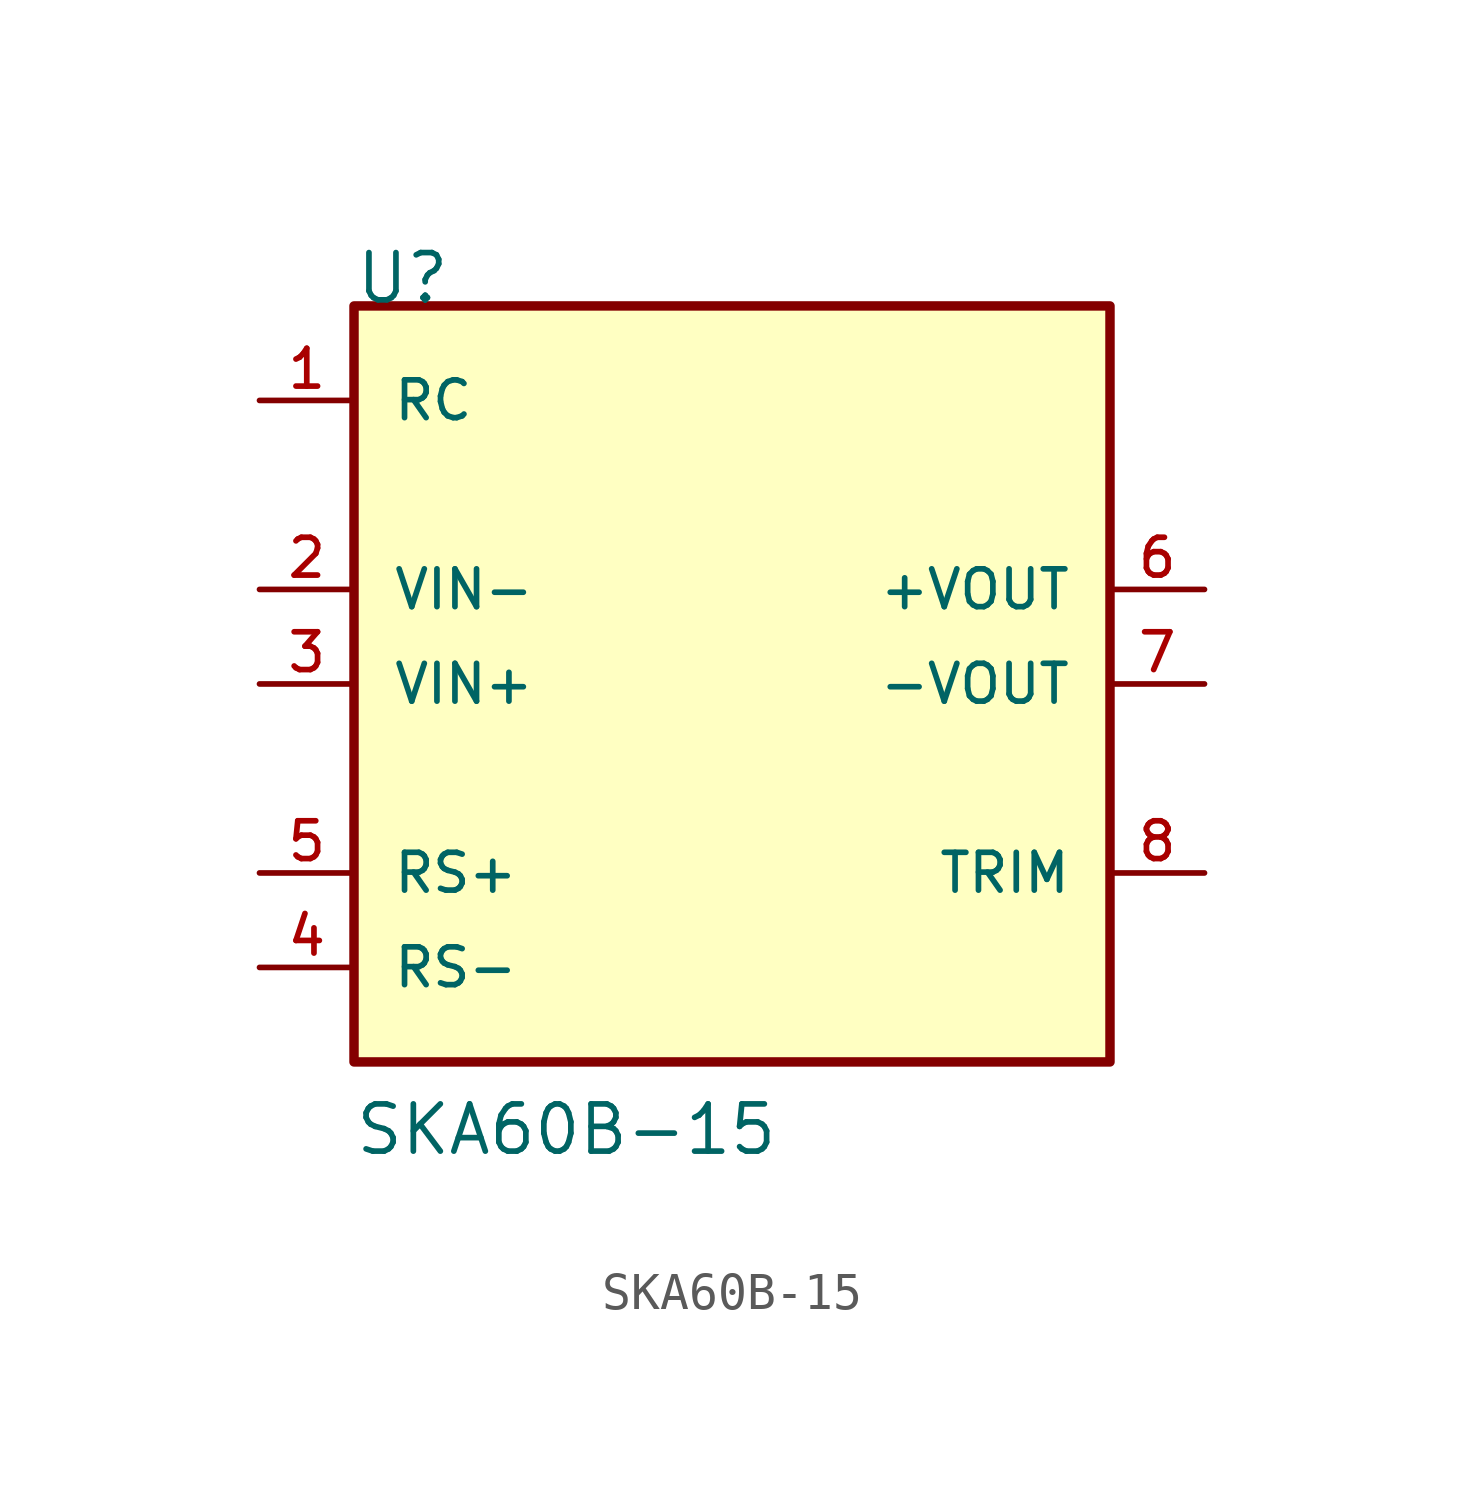
<source format=kicad_sym>
(kicad_symbol_lib
  (version 20231120)
  (generator "kicad_symbol_editor")
  (generator_version "8.0")
  (symbol "SKA60B-15"
    (pin_names
      (offset 1.016))
    (property "Reference" "U"
      (at -10.161 10.161 0)
      (effects (font (size 1.27 1.27)) (justify left bottom)))
    (property "Value" "SKA60B-15"
      (at -10.177 -12.721 0)
      (effects (font (size 1.27 1.27)) (justify left bottom)))
    (symbol "SKA60B-15_0_0"
      (rectangle (start -10.16 -10.16) (end 10.16 10.16) (stroke (width 0.254) (type default)) (fill (type background)))
      (pin passive line (at -12.7 7.62 0) (length 2.54) (name "RC" (effects (font (size 1.016 1.016)))) (number "1" (effects (font (size 1.016 1.016)))))
      (pin input line (at -12.7 2.54 0) (length 2.54) (name "VIN-" (effects (font (size 1.016 1.016)))) (number "2" (effects (font (size 1.016 1.016)))))
      (pin input line (at -12.7 0 0) (length 2.54) (name "VIN+" (effects (font (size 1.016 1.016)))) (number "3" (effects (font (size 1.016 1.016)))))
      (pin input line (at -12.7 -7.62 0) (length 2.54) (name "RS-" (effects (font (size 1.016 1.016)))) (number "4" (effects (font (size 1.016 1.016)))))
      (pin input line (at -12.7 -5.08 0) (length 2.54) (name "RS+" (effects (font (size 1.016 1.016)))) (number "5" (effects (font (size 1.016 1.016)))))
      (pin output line (at 12.7 2.54 180) (length 2.54) (name "+VOUT" (effects (font (size 1.016 1.016)))) (number "6" (effects (font (size 1.016 1.016)))))
      (pin output line (at 12.7 0 180) (length 2.54) (name "-VOUT" (effects (font (size 1.016 1.016)))) (number "7" (effects (font (size 1.016 1.016)))))
      (pin passive line (at 12.7 -5.08 180) (length 2.54) (name "TRIM" (effects (font (size 1.016 1.016)))) (number "8" (effects (font (size 1.016 1.016))))))))
</source>
